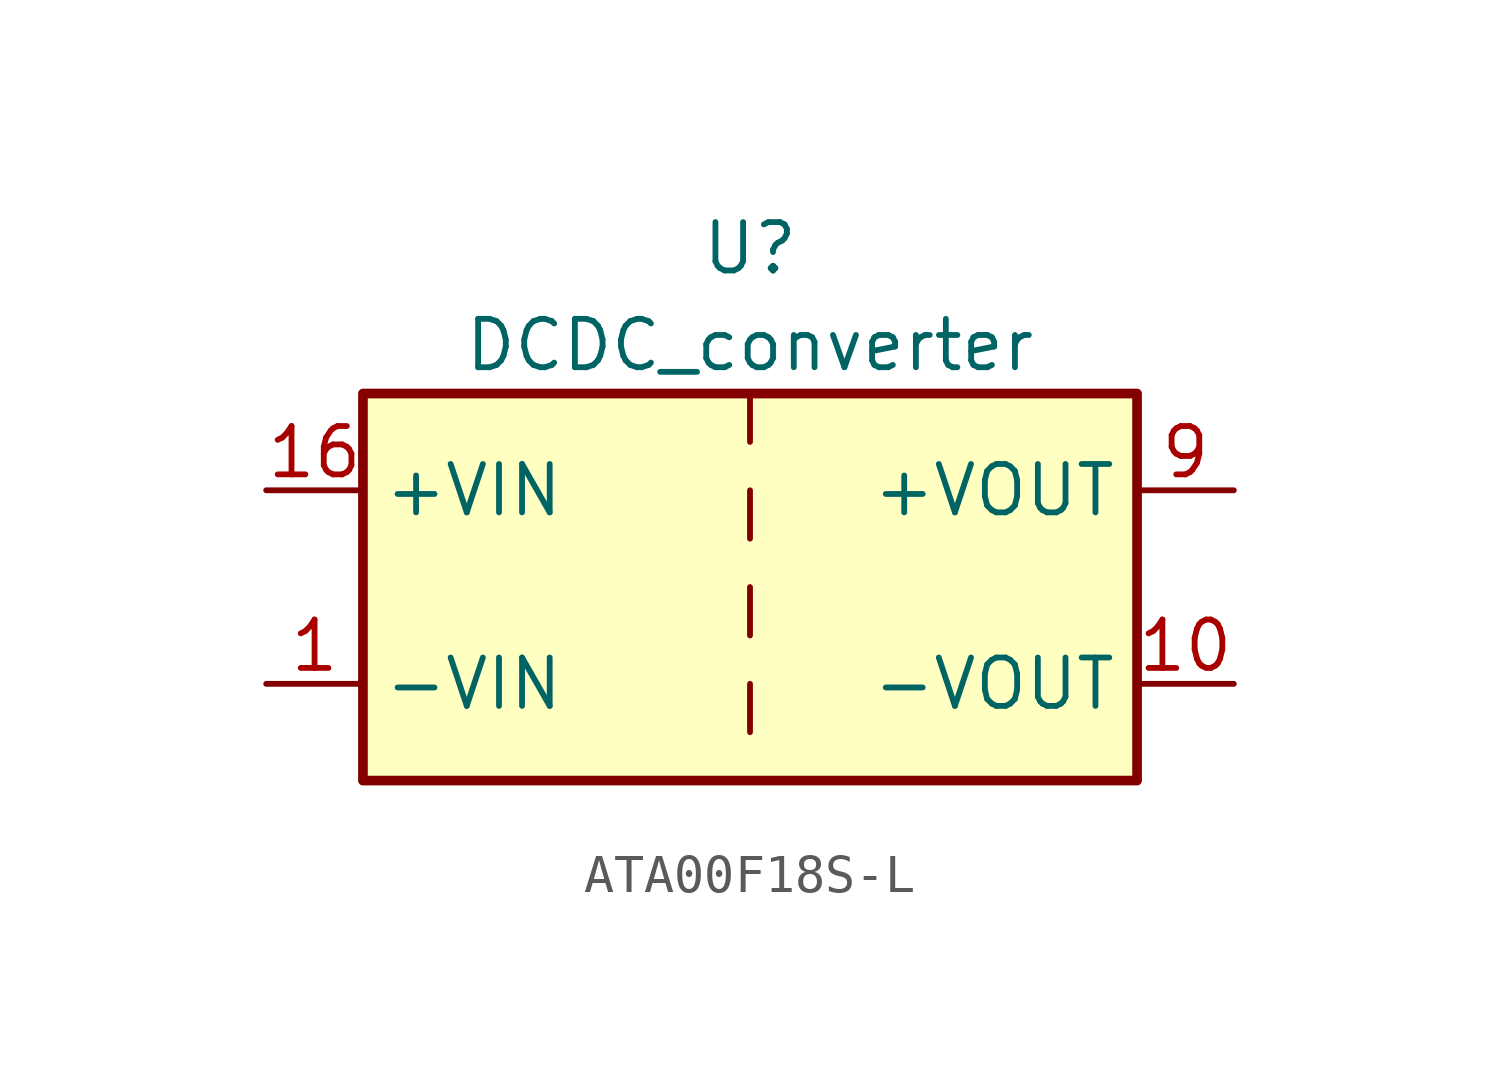
<source format=kicad_sym>
(kicad_symbol_lib
  (version 20220914)
  (generator kicad_symbol_editor)
  (symbol "ATA00F18S-L"
    (property "Reference" "U"
      (at 0 11.43 0)
      (effects (font (size 1.27 1.27))))
    (property "Value" "DCDC_converter"
      (at 0 8.89 0)
      (effects (font (size 1.27 1.27))))
    (symbol "ATA00F18S-L_0_1"
      (rectangle (start -10.16 7.62) (end 10.16 -2.54) (stroke (width 0.254) (type default)) (fill (type background)))
      (polyline (pts (xy 0 0) (xy 0 -1.27)) (stroke (width 0) (type default)) (fill (type none)))
      (polyline (pts (xy 0 2.54) (xy 0 1.27)) (stroke (width 0) (type default)) (fill (type none)))
      (polyline (pts (xy 0 5.08) (xy 0 3.81)) (stroke (width 0) (type default)) (fill (type none)))
      (polyline (pts (xy 0 7.62) (xy 0 6.35)) (stroke (width 0) (type default)) (fill (type none))))
    (symbol "ATA00F18S-L_1_1"
      (pin power_in line (at -12.7 0 0) (length 2.54) (name "-VIN" (effects (font (size 1.27 1.27)))) (number "1" (effects (font (size 1.27 1.27)))))
      (pin power_out line (at 12.7 0 180) (length 2.54) (name "-VOUT" (effects (font (size 1.27 1.27)))) (number "10" (effects (font (size 1.27 1.27)))))
      (pin power_in line (at -12.7 5.08 0) (length 2.54) (name "+VIN" (effects (font (size 1.27 1.27)))) (number "16" (effects (font (size 1.27 1.27)))))
      (pin power_out line (at 12.7 5.08 180) (length 2.54) (name "+VOUT" (effects (font (size 1.27 1.27)))) (number "9" (effects (font (size 1.27 1.27))))))))
</source>
